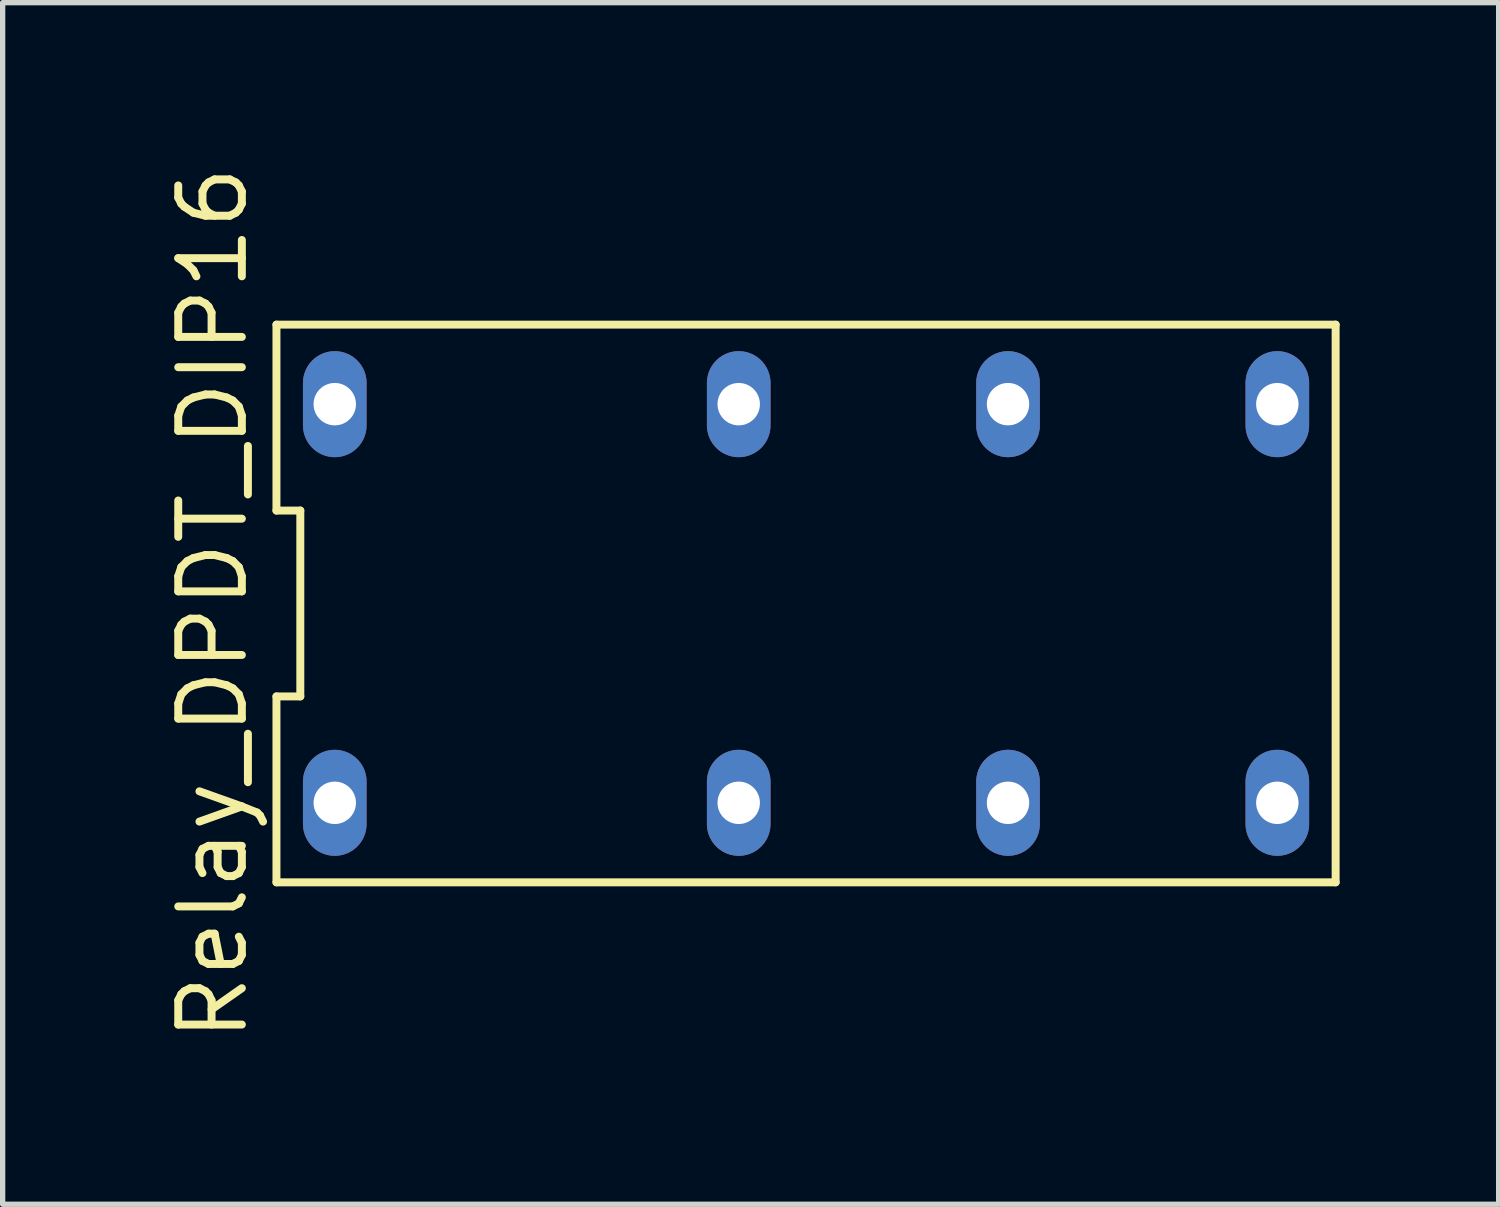
<source format=kicad_pcb>
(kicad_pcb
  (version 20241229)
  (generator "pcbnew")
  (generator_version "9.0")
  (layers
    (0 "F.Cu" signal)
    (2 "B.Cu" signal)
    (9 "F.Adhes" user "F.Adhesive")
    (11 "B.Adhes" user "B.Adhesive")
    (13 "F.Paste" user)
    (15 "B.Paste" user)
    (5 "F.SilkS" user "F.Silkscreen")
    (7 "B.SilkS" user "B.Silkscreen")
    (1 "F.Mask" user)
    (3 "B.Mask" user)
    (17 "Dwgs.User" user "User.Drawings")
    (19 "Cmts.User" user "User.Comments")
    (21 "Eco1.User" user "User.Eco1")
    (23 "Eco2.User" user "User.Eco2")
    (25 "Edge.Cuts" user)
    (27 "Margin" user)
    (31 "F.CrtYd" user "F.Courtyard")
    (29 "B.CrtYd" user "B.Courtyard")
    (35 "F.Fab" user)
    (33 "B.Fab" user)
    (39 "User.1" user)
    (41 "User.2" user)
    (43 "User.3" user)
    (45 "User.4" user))
  (footprint "Relay_DPDT_DIP16"
    (layer "F.Cu")
    (at 12.155 8.334)
    (property "Reference" "Relay_DPDT_DIP16" (at -11.19 0 90) (layer "F.SilkS") (effects (font (size 1.2 1.2) (thickness 0.15))))
    (attr through_hole)
    (fp_line (start -9.99 -5.26) (end -9.99 -1.753) (stroke (width 0.15) (type solid)) (layer "F.SilkS"))
    (fp_line (start -9.99 -1.753) (end -9.54 -1.753) (stroke (width 0.15) (type solid)) (layer "F.SilkS"))
    (fp_line (start -9.99 1.753) (end -9.99 5.26) (stroke (width 0.15) (type solid)) (layer "F.SilkS"))
    (fp_line (start -9.99 5.26) (end 9.99 5.26) (stroke (width 0.15) (type solid)) (layer "F.SilkS"))
    (fp_line (start -9.54 -1.753) (end -9.54 1.753) (stroke (width 0.15) (type solid)) (layer "F.SilkS"))
    (fp_line (start -9.54 1.753) (end -9.99 1.753) (stroke (width 0.15) (type solid)) (layer "F.SilkS"))
    (fp_line (start 9.99 -5.26) (end -9.99 -5.26) (stroke (width 0.15) (type solid)) (layer "F.SilkS"))
    (fp_line (start 9.99 5.26) (end 9.99 -5.26) (stroke (width 0.15) (type solid)) (layer "F.SilkS"))
    (pad "11" thru_hole oval (at 3.81 -3.76) (size 1.2 2) (drill 0.8) (layers "*.Cu" "*.Mask"))
    (pad "12" thru_hole oval (at -1.27 -3.76) (size 1.2 2) (drill 0.8) (layers "*.Cu" "*.Mask"))
    (pad "14" thru_hole oval (at 8.89 -3.76) (size 1.2 2) (drill 0.8) (layers "*.Cu" "*.Mask"))
    (pad "21" thru_hole oval (at 3.81 3.76) (size 1.2 2) (drill 0.8) (layers "*.Cu" "*.Mask"))
    (pad "22" thru_hole oval (at -1.27 3.76) (size 1.2 2) (drill 0.8) (layers "*.Cu" "*.Mask"))
    (pad "24" thru_hole oval (at 8.89 3.76) (size 1.2 2) (drill 0.8) (layers "*.Cu" "*.Mask"))
    (pad "A1" thru_hole oval (at -8.89 3.76) (size 1.2 2) (drill 0.8) (layers "*.Cu" "*.Mask"))
    (pad "A2" thru_hole oval (at -8.89 -3.76) (size 1.2 2) (drill 0.8) (layers "*.Cu" "*.Mask")))
  (gr_rect
    (start -3 -3)
    (end 25.22 19.667)
    (stroke (width 0.1) (type default))
    (fill no)
    (layer "Edge.Cuts")))
</source>
